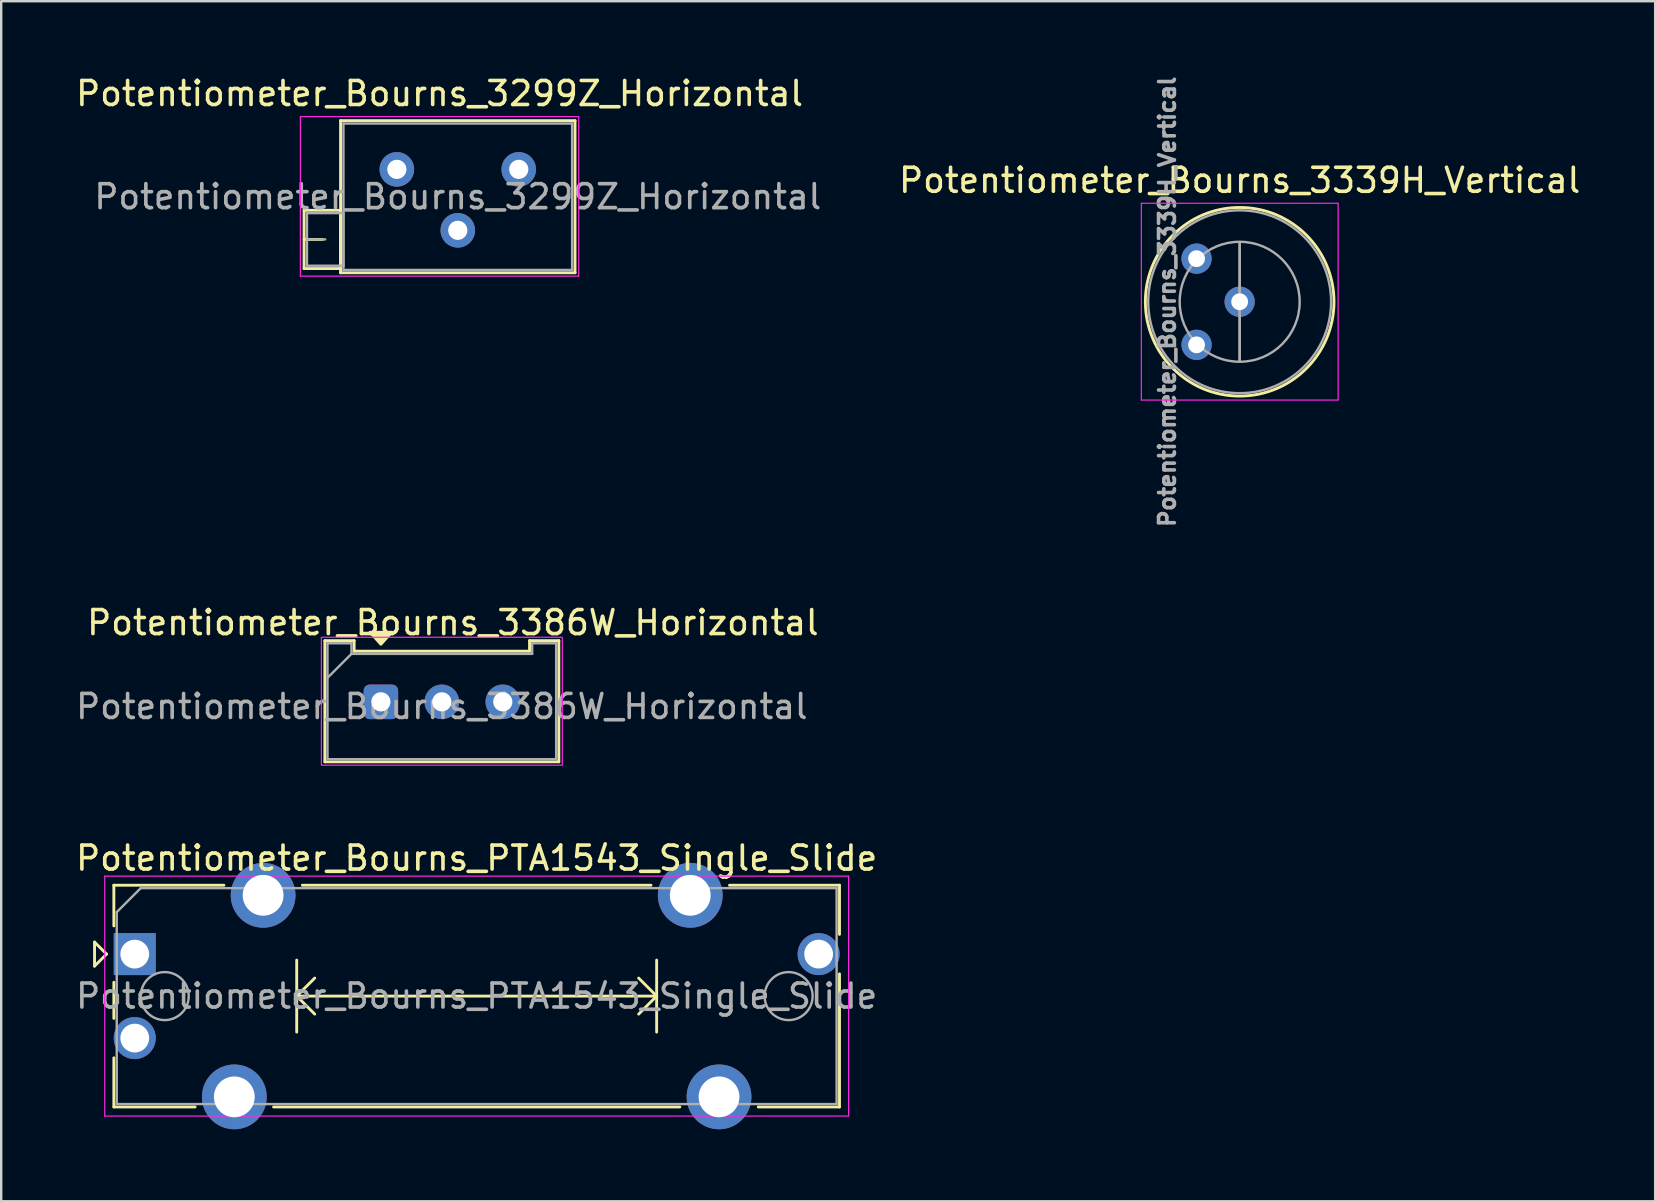
<source format=kicad_pcb>
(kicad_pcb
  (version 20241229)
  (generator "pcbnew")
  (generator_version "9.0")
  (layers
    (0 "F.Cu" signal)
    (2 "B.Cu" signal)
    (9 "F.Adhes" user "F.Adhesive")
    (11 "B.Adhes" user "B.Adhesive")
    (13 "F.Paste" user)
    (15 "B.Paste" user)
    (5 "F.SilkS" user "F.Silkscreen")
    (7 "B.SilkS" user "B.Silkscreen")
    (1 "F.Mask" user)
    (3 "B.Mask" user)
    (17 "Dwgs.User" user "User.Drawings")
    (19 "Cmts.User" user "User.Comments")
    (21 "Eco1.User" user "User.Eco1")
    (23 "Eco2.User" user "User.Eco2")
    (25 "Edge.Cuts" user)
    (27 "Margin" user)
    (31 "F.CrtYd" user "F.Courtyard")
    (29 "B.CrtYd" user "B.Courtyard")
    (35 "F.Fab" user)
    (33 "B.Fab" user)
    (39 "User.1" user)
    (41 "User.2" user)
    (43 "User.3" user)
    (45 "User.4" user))
  (footprint "Potentiometer_Bourns_PTA1543_Single_Slide"
    (layer "F.Cu")
    (at 2.565 36.711)
    (property "Reference" "Potentiometer_Bourns_PTA1543_Single_Slide" (at 14.25 -4 0) (layer "F.SilkS") (effects (font (size 1 1) (thickness 0.15))))
    (attr through_hole)
    (fp_line (start -1.675 -0.5) (end -1.675 0.5) (stroke (width 0.12) (type solid)) (layer "F.SilkS"))
    (fp_line (start -1.675 0.5) (end -1.175 0) (stroke (width 0.12) (type solid)) (layer "F.SilkS"))
    (fp_line (start -1.175 0) (end -1.675 -0.5) (stroke (width 0.12) (type solid)) (layer "F.SilkS"))
    (fp_line (start -0.87 -2.87) (end -0.87 -1.175) (stroke (width 0.12) (type solid)) (layer "F.SilkS"))
    (fp_line (start -0.87 -2.87) (end 3.715 -2.87) (stroke (width 0.12) (type solid)) (layer "F.SilkS"))
    (fp_line (start -0.87 1.175) (end -0.87 2.678) (stroke (width 0.12) (type solid)) (layer "F.SilkS"))
    (fp_line (start -0.87 4.323) (end -0.87 6.37) (stroke (width 0.12) (type solid)) (layer "F.SilkS"))
    (fp_line (start -0.87 6.37) (end 2.515 6.37) (stroke (width 0.12) (type solid)) (layer "F.SilkS"))
    (fp_line (start 5.786 6.37) (end 22.715 6.37) (stroke (width 0.12) (type solid)) (layer "F.SilkS"))
    (fp_line (start 6.75 0.25) (end 6.75 3.25) (stroke (width 0.12) (type solid)) (layer "F.SilkS"))
    (fp_line (start 6.75 1.75) (end 7.5 2.5) (stroke (width 0.12) (type solid)) (layer "F.SilkS"))
    (fp_line (start 6.75 1.75) (end 21.75 1.75) (stroke (width 0.12) (type solid)) (layer "F.SilkS"))
    (fp_line (start 6.986 -2.87) (end 21.515 -2.87) (stroke (width 0.12) (type solid)) (layer "F.SilkS"))
    (fp_line (start 7.5 1) (end 6.75 1.75) (stroke (width 0.12) (type solid)) (layer "F.SilkS"))
    (fp_line (start 21 1) (end 21.75 1.75) (stroke (width 0.12) (type solid)) (layer "F.SilkS"))
    (fp_line (start 21.75 0.25) (end 21.75 3.25) (stroke (width 0.12) (type solid)) (layer "F.SilkS"))
    (fp_line (start 21.75 1.75) (end 21 2.5) (stroke (width 0.12) (type solid)) (layer "F.SilkS"))
    (fp_line (start 24.786 -2.87) (end 29.37 -2.87) (stroke (width 0.12) (type solid)) (layer "F.SilkS"))
    (fp_line (start 25.986 6.37) (end 29.37 6.37) (stroke (width 0.12) (type solid)) (layer "F.SilkS"))
    (fp_line (start 29.37 -2.87) (end 29.37 -0.823) (stroke (width 0.12) (type solid)) (layer "F.SilkS"))
    (fp_line (start 29.37 0.823) (end 29.37 6.37) (stroke (width 0.12) (type solid)) (layer "F.SilkS"))
    (fp_line (start -1.25 -3.25) (end -1.25 6.75) (stroke (width 0.05) (type solid)) (layer "F.CrtYd"))
    (fp_line (start -1.25 6.75) (end 29.75 6.75) (stroke (width 0.05) (type solid)) (layer "F.CrtYd"))
    (fp_line (start 29.75 -3.25) (end -1.25 -3.25) (stroke (width 0.05) (type solid)) (layer "F.CrtYd"))
    (fp_line (start 29.75 6.75) (end 29.75 -3.25) (stroke (width 0.05) (type solid)) (layer "F.CrtYd"))
    (fp_line (start -0.75 -1.75) (end 0.25 -2.75) (stroke (width 0.1) (type solid)) (layer "F.Fab"))
    (fp_line (start -0.75 6.25) (end -0.75 -1.75) (stroke (width 0.1) (type solid)) (layer "F.Fab"))
    (fp_line (start 0.25 -2.75) (end 29.25 -2.75) (stroke (width 0.1) (type solid)) (layer "F.Fab"))
    (fp_line (start 29.25 -2.75) (end 29.25 6.25) (stroke (width 0.1) (type solid)) (layer "F.Fab"))
    (fp_line (start 29.25 6.25) (end -0.75 6.25) (stroke (width 0.1) (type solid)) (layer "F.Fab"))
    (fp_circle (center 1.25 1.75) (end 2.25 1.75) (stroke (width 0.1) (type solid)) (fill no) (layer "F.Fab"))
    (fp_circle (center 27.25 1.75) (end 28.25 1.75) (stroke (width 0.1) (type solid)) (fill no) (layer "F.Fab"))
    (fp_text user "${REFERENCE}" (at 14.25 1.75 0) (layer "F.Fab") (effects (font (size 1 1) (thickness 0.15))))
    (pad "1" thru_hole rect (at 0 0) (size 1.75 1.75) (drill 1.2) (layers "*.Cu" "*.Mask"))
    (pad "2" thru_hole circle (at 0 3.5) (size 1.75 1.75) (drill 1.2) (layers "*.Cu" "*.Mask"))
    (pad "3" thru_hole circle (at 28.5 0) (size 1.75 1.75) (drill 1.2) (layers "*.Cu" "*.Mask"))
    (pad "MP" thru_hole circle (at 4.15 5.95) (size 2.7 2.7) (drill 1.7) (layers "*.Cu" "*.Mask"))
    (pad "MP" thru_hole circle (at 5.35 -2.45) (size 2.7 2.7) (drill 1.7) (layers "*.Cu" "*.Mask"))
    (pad "MP" thru_hole circle (at 23.15 -2.45) (size 2.7 2.7) (drill 1.7) (layers "*.Cu" "*.Mask"))
    (pad "MP" thru_hole circle (at 24.35 5.95) (size 2.7 2.7) (drill 1.7) (layers "*.Cu" "*.Mask")))
  (footprint "Potentiometer_Bourns_3386W_Horizontal"
    (layer "F.Cu")
    (at 12.823 26.198)
    (property "Reference" "Potentiometer_Bourns_3386W_Horizontal" (at 3 -3.3 0) (layer "F.SilkS") (effects (font (size 1 1) (thickness 0.15))))
    (attr through_hole)
    (fp_line (start -2.335 -2.55) (end -2.335 2.5) (stroke (width 0.12) (type default)) (layer "F.SilkS"))
    (fp_line (start -2.335 2.5) (end 7.415 2.5) (stroke (width 0.12) (type default)) (layer "F.SilkS"))
    (fp_line (start -1.115 -2.55) (end -2.335 -2.55) (stroke (width 0.12) (type default)) (layer "F.SilkS"))
    (fp_line (start -1.115 -2.55) (end -1.115 -2.11) (stroke (width 0.12) (type default)) (layer "F.SilkS"))
    (fp_line (start -1.115 -2.11) (end 6.195 -2.11) (stroke (width 0.12) (type default)) (layer "F.SilkS"))
    (fp_line (start 6.195 -2.55) (end 6.195 -2.11) (stroke (width 0.12) (type default)) (layer "F.SilkS"))
    (fp_line (start 6.195 -2.55) (end 7.415 -2.55) (stroke (width 0.12) (type default)) (layer "F.SilkS"))
    (fp_line (start 7.415 2.5) (end 7.415 -2.55) (stroke (width 0.12) (type default)) (layer "F.SilkS"))
    (fp_poly (pts (xy 0 -2.4) (xy 0.45 -2.9) (xy -0.45 -2.9)) (stroke (width 0.12) (type solid)) (fill yes) (layer "F.SilkS"))
    (fp_rect (start -2.48 -2.69) (end 7.56 2.64) (stroke (width 0.05) (type default)) (fill no) (layer "F.CrtYd"))
    (fp_line (start -2.225 2.39) (end -2.225 -2.44) (stroke (width 0.1) (type default)) (layer "F.Fab"))
    (fp_line (start -2.225 2.39) (end 7.305 2.39) (stroke (width 0.1) (type default)) (layer "F.Fab"))
    (fp_line (start -1.225 -2.44) (end -2.225 -2.44) (stroke (width 0.1) (type default)) (layer "F.Fab"))
    (fp_line (start -1.225 -2) (end -2.225 -1) (stroke (width 0.1) (type default)) (layer "F.Fab"))
    (fp_line (start -1.225 -2) (end -1.225 -2.44) (stroke (width 0.1) (type default)) (layer "F.Fab"))
    (fp_line (start -1.225 -2) (end 6.305 -2) (stroke (width 0.1) (type default)) (layer "F.Fab"))
    (fp_line (start 6.305 -2.44) (end 7.305 -2.44) (stroke (width 0.1) (type default)) (layer "F.Fab"))
    (fp_line (start 6.305 -2) (end 6.305 -2.44) (stroke (width 0.1) (type default)) (layer "F.Fab"))
    (fp_line (start 7.305 2.39) (end 7.305 -2.44) (stroke (width 0.1) (type default)) (layer "F.Fab"))
    (fp_text user "${REFERENCE}" (at 2.54 0.195 0) (layer "F.Fab") (effects (font (size 1 1) (thickness 0.15))))
    (pad "1" thru_hole roundrect (at 0 0 90) (size 1.44 1.44) (drill 0.8) (layers "*.Cu" "*.Mask") (roundrect_rratio 0.174))
    (pad "2" thru_hole circle (at 2.54 0 90) (size 1.44 1.44) (drill 0.8) (layers "*.Cu" "*.Mask"))
    (pad "3" thru_hole circle (at 5.08 0 90) (size 1.44 1.44) (drill 0.8) (layers "*.Cu" "*.Mask")))
  (footprint "Potentiometer_Bourns_3339H_Vertical"
    (layer "F.Cu")
    (at 46.815 11.321)
    (property "Reference" "Potentiometer_Bourns_3339H_Vertical" (at 1.796 -6.856 0) (layer "F.SilkS") (effects (font (size 1 1) (thickness 0.15))))
    (attr through_hole)
    (fp_circle (center 1.797 -1.795) (end 5.727 -1.795) (stroke (width 0.12) (type solid)) (fill no) (layer "F.SilkS"))
    (fp_line (start -2.3 -5.9) (end -2.3 2.3) (stroke (width 0.05) (type solid)) (layer "F.CrtYd"))
    (fp_line (start -2.3 2.3) (end 5.9 2.3) (stroke (width 0.05) (type solid)) (layer "F.CrtYd"))
    (fp_line (start 5.9 -5.9) (end -2.3 -5.9) (stroke (width 0.05) (type solid)) (layer "F.CrtYd"))
    (fp_line (start 5.9 2.3) (end 5.9 -5.9) (stroke (width 0.05) (type solid)) (layer "F.CrtYd"))
    (fp_line (start 1.797 0.68) (end 1.797 -4.271) (stroke (width 0.1) (type solid)) (layer "F.Fab"))
    (fp_line (start 1.797 0.68) (end 1.797 -4.271) (stroke (width 0.1) (type solid)) (layer "F.Fab"))
    (fp_circle (center 1.796 -1.796) (end 5.606 -1.796) (stroke (width 0.1) (type solid)) (fill no) (layer "F.Fab"))
    (fp_circle (center 1.797 -1.795) (end 4.297 -1.795) (stroke (width 0.1) (type solid)) (fill no) (layer "F.Fab"))
    (fp_text user "${REFERENCE}" (at -1.222 -1.796 90) (layer "F.Fab") (effects (font (size 0.66 0.66) (thickness 0.15))))
    (pad "1" thru_hole circle (at 0 0) (size 1.26 1.26) (drill 0.7) (layers "*.Cu" "*.Mask"))
    (pad "2" thru_hole circle (at 1.796 -1.796) (size 1.26 1.26) (drill 0.7) (layers "*.Cu" "*.Mask"))
    (pad "3" thru_hole circle (at 0 -3.592) (size 1.26 1.26) (drill 0.7) (layers "*.Cu" "*.Mask")))
  (footprint "Potentiometer_Bourns_3299Z_Horizontal"
    (layer "F.Cu")
    (at 18.568 4.008)
    (property "Reference" "Potentiometer_Bourns_3299Z_Horizontal" (at -3.3 -3.16 0) (layer "F.SilkS") (effects (font (size 1 1) (thickness 0.15))))
    (attr through_hole)
    (fp_line (start -8.945 1.705) (end -8.945 4.135) (stroke (width 0.12) (type solid)) (layer "F.SilkS"))
    (fp_line (start -8.945 1.705) (end -7.426 1.705) (stroke (width 0.12) (type solid)) (layer "F.SilkS"))
    (fp_line (start -8.945 2.92) (end -8.186 2.92) (stroke (width 0.12) (type solid)) (layer "F.SilkS"))
    (fp_line (start -8.945 4.135) (end -7.426 4.135) (stroke (width 0.12) (type solid)) (layer "F.SilkS"))
    (fp_line (start -7.426 1.705) (end -7.426 4.135) (stroke (width 0.12) (type solid)) (layer "F.SilkS"))
    (fp_line (start -7.425 -2.03) (end -7.425 4.31) (stroke (width 0.12) (type solid)) (layer "F.SilkS"))
    (fp_line (start -7.425 -2.03) (end 2.345 -2.03) (stroke (width 0.12) (type solid)) (layer "F.SilkS"))
    (fp_line (start -7.425 4.31) (end 2.345 4.31) (stroke (width 0.12) (type solid)) (layer "F.SilkS"))
    (fp_line (start 2.345 -2.03) (end 2.345 4.31) (stroke (width 0.12) (type solid)) (layer "F.SilkS"))
    (fp_line (start -9.1 -2.2) (end -9.1 4.45) (stroke (width 0.05) (type solid)) (layer "F.CrtYd"))
    (fp_line (start -9.1 4.45) (end 2.5 4.45) (stroke (width 0.05) (type solid)) (layer "F.CrtYd"))
    (fp_line (start 2.5 -2.2) (end -9.1 -2.2) (stroke (width 0.05) (type solid)) (layer "F.CrtYd"))
    (fp_line (start 2.5 4.45) (end 2.5 -2.2) (stroke (width 0.05) (type solid)) (layer "F.CrtYd"))
    (fp_line (start -8.825 1.825) (end -8.825 4.015) (stroke (width 0.1) (type solid)) (layer "F.Fab"))
    (fp_line (start -8.825 2.92) (end -8.065 2.92) (stroke (width 0.1) (type solid)) (layer "F.Fab"))
    (fp_line (start -8.825 4.015) (end -7.305 4.015) (stroke (width 0.1) (type solid)) (layer "F.Fab"))
    (fp_line (start -7.305 -1.91) (end -7.305 4.19) (stroke (width 0.1) (type solid)) (layer "F.Fab"))
    (fp_line (start -7.305 1.825) (end -8.825 1.825) (stroke (width 0.1) (type solid)) (layer "F.Fab"))
    (fp_line (start -7.305 4.015) (end -7.305 1.825) (stroke (width 0.1) (type solid)) (layer "F.Fab"))
    (fp_line (start -7.305 4.19) (end 2.225 4.19) (stroke (width 0.1) (type solid)) (layer "F.Fab"))
    (fp_line (start 2.225 -1.91) (end -7.305 -1.91) (stroke (width 0.1) (type solid)) (layer "F.Fab"))
    (fp_line (start 2.225 4.19) (end 2.225 -1.91) (stroke (width 0.1) (type solid)) (layer "F.Fab"))
    (fp_text user "${REFERENCE}" (at -2.54 1.14 0) (layer "F.Fab") (effects (font (size 1 1) (thickness 0.15))))
    (pad "1" thru_hole circle (at 0 0) (size 1.44 1.44) (drill 0.8) (layers "*.Cu" "*.Mask"))
    (pad "2" thru_hole circle (at -2.54 2.54) (size 1.44 1.44) (drill 0.8) (layers "*.Cu" "*.Mask"))
    (pad "3" thru_hole circle (at -5.08 0) (size 1.44 1.44) (drill 0.8) (layers "*.Cu" "*.Mask")))
  (gr_rect
    (start -3 -3)
    (end 65.927 47.011)
    (stroke (width 0.1) (type default))
    (fill no)
    (layer "Edge.Cuts")))
</source>
